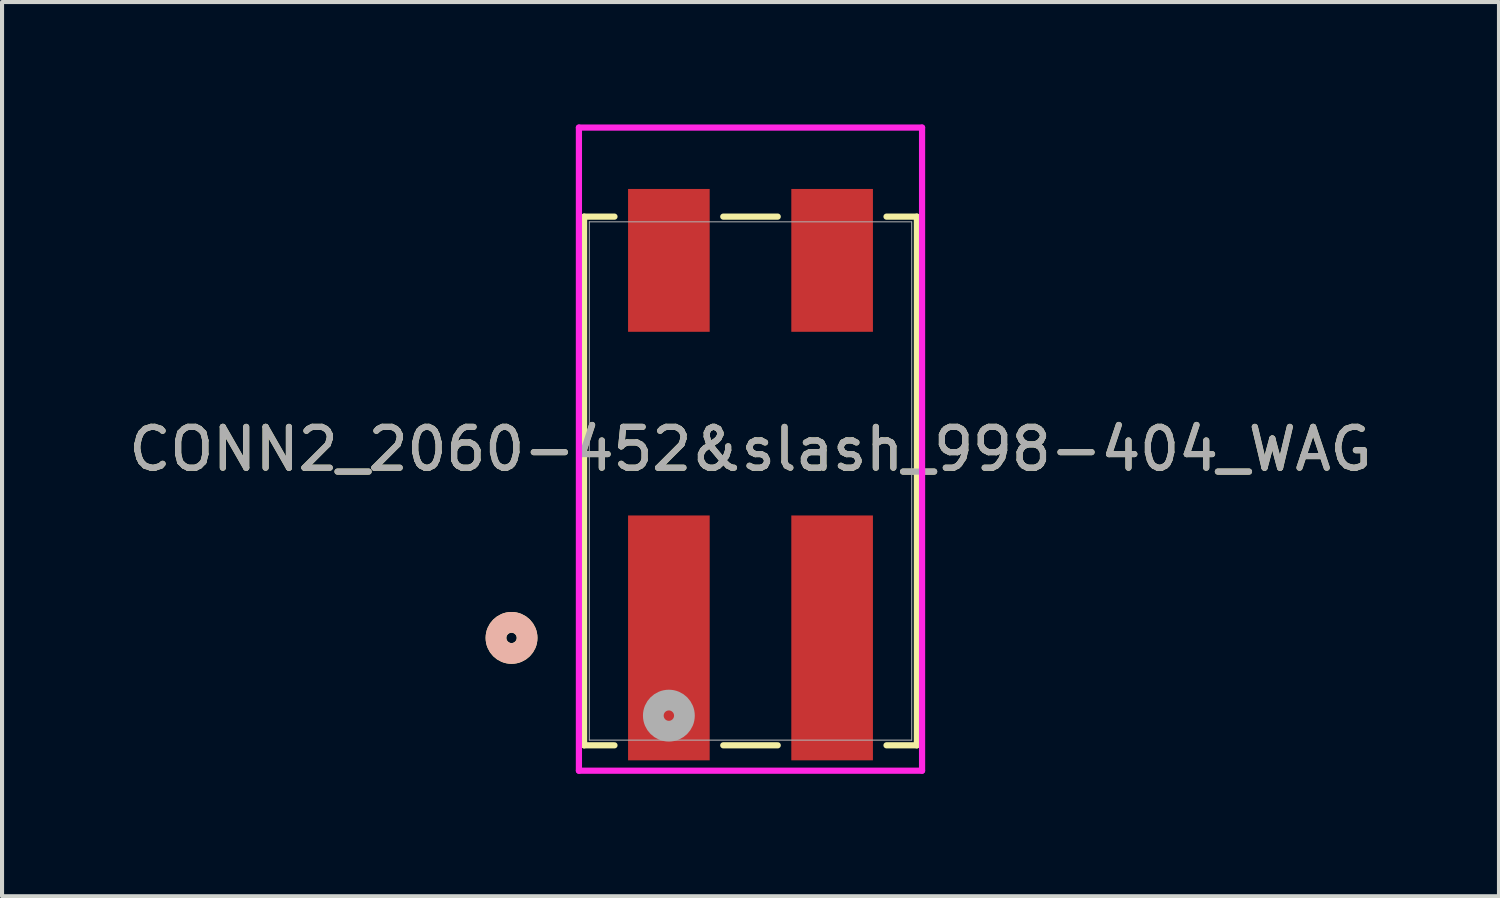
<source format=kicad_pcb>
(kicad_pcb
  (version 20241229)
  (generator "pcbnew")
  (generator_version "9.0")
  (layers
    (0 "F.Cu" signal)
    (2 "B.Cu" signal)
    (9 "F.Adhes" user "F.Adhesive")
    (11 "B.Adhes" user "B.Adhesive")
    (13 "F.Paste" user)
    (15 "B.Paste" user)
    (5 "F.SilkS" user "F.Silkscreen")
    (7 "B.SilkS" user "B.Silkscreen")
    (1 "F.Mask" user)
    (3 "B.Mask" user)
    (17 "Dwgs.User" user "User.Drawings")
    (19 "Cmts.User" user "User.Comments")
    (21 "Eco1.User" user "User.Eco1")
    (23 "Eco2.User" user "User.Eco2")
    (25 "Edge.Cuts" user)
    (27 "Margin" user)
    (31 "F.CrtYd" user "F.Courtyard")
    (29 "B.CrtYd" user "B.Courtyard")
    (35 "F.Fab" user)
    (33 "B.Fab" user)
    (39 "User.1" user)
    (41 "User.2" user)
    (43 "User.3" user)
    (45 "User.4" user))
  (footprint "CONN2_2060-452&slash_998-404_WAG"
    (layer "F.Cu")
    (at 15.339 8.735)
    (property "Reference" "CONN2_2060-452&slash_998-404_WAG" (at 0 -0.78 0) (unlocked yes) (layer "F.SilkS") (effects (font (size 1 1) (thickness 0.15))))
    (attr smd)
    (fp_line (start -4.077 -6.477) (end -4.077 6.477) (stroke (width 0.152) (type solid)) (layer "F.SilkS"))
    (fp_line (start -4.077 6.477) (end -3.333 6.477) (stroke (width 0.152) (type solid)) (layer "F.SilkS"))
    (fp_line (start -3.333 -6.477) (end -4.077 -6.477) (stroke (width 0.152) (type solid)) (layer "F.SilkS"))
    (fp_line (start -0.667 6.477) (end 0.667 6.477) (stroke (width 0.152) (type solid)) (layer "F.SilkS"))
    (fp_line (start 0.667 -6.477) (end -0.667 -6.477) (stroke (width 0.152) (type solid)) (layer "F.SilkS"))
    (fp_line (start 3.333 6.477) (end 4.077 6.477) (stroke (width 0.152) (type solid)) (layer "F.SilkS"))
    (fp_line (start 4.077 -6.477) (end 3.333 -6.477) (stroke (width 0.152) (type solid)) (layer "F.SilkS"))
    (fp_line (start 4.077 6.477) (end 4.077 -6.477) (stroke (width 0.152) (type solid)) (layer "F.SilkS"))
    (fp_circle (center -5.855 3.845) (end -5.474 3.845) (stroke (width 0.508) (type solid)) (fill no) (layer "F.SilkS"))
    (fp_circle (center -5.855 3.845) (end -5.474 3.845) (stroke (width 0.508) (type solid)) (fill no) (layer "B.SilkS"))
    (fp_poly (pts (xy -2 -5.494) (xy -1.949 -5.494) (xy -1.949 -5.405) (xy -2 -5.405)) (stroke (width 0) (type solid)) (fill yes) (layer "F.Paste"))
    (fp_poly (pts (xy -2 3.756) (xy -1.949 3.756) (xy -1.949 3.845) (xy -2 3.845)) (stroke (width 0) (type solid)) (fill yes) (layer "F.Paste"))
    (fp_poly (pts (xy 2 -5.494) (xy 2.051 -5.494) (xy 2.051 -5.405) (xy 2 -5.405)) (stroke (width 0) (type solid)) (fill yes) (layer "F.Paste"))
    (fp_poly (pts (xy 2 3.756) (xy 2.051 3.756) (xy 2.051 3.845) (xy 2 3.845)) (stroke (width 0) (type solid)) (fill yes) (layer "F.Paste"))
    (fp_line (start -4.204 -8.659) (end -4.204 7.099) (stroke (width 0.152) (type solid)) (layer "F.CrtYd"))
    (fp_line (start -4.204 7.099) (end 4.204 7.099) (stroke (width 0.152) (type solid)) (layer "F.CrtYd"))
    (fp_line (start 4.204 -8.659) (end -4.204 -8.659) (stroke (width 0.152) (type solid)) (layer "F.CrtYd"))
    (fp_line (start 4.204 7.099) (end 4.204 -8.659) (stroke (width 0.152) (type solid)) (layer "F.CrtYd"))
    (fp_line (start -3.95 -6.35) (end -3.95 6.35) (stroke (width 0.025) (type solid)) (layer "F.Fab"))
    (fp_line (start -3.95 6.35) (end 3.95 6.35) (stroke (width 0.025) (type solid)) (layer "F.Fab"))
    (fp_line (start 3.95 -6.35) (end -3.95 -6.35) (stroke (width 0.025) (type solid)) (layer "F.Fab"))
    (fp_line (start 3.95 6.35) (end 3.95 -6.35) (stroke (width 0.025) (type solid)) (layer "F.Fab"))
    (fp_circle (center -2 5.75) (end -1.619 5.75) (stroke (width 0.508) (type solid)) (fill no) (layer "F.Fab"))
    (fp_text user "${REFERENCE}" (at 0 -0.78 0) (unlocked yes) (layer "F.Fab") (effects (font (size 1 1) (thickness 0.15))))
    (pad "1" smd rect (at -2 3.845) (size 2 6) (layers "F.Cu" "F.Mask"))
    (pad "2" smd rect (at -2 -5.405) (size 2 3.5) (layers "F.Cu" "F.Mask"))
    (pad "3" smd rect (at 2 3.845) (size 2 6) (layers "F.Cu" "F.Mask"))
    (pad "4" smd rect (at 2 -5.405) (size 2 3.5) (layers "F.Cu" "F.Mask")))
  (gr_rect
    (start -3 -3)
    (end 33.679 18.91)
    (stroke (width 0.1) (type default))
    (fill no)
    (layer "Edge.Cuts")))
</source>
